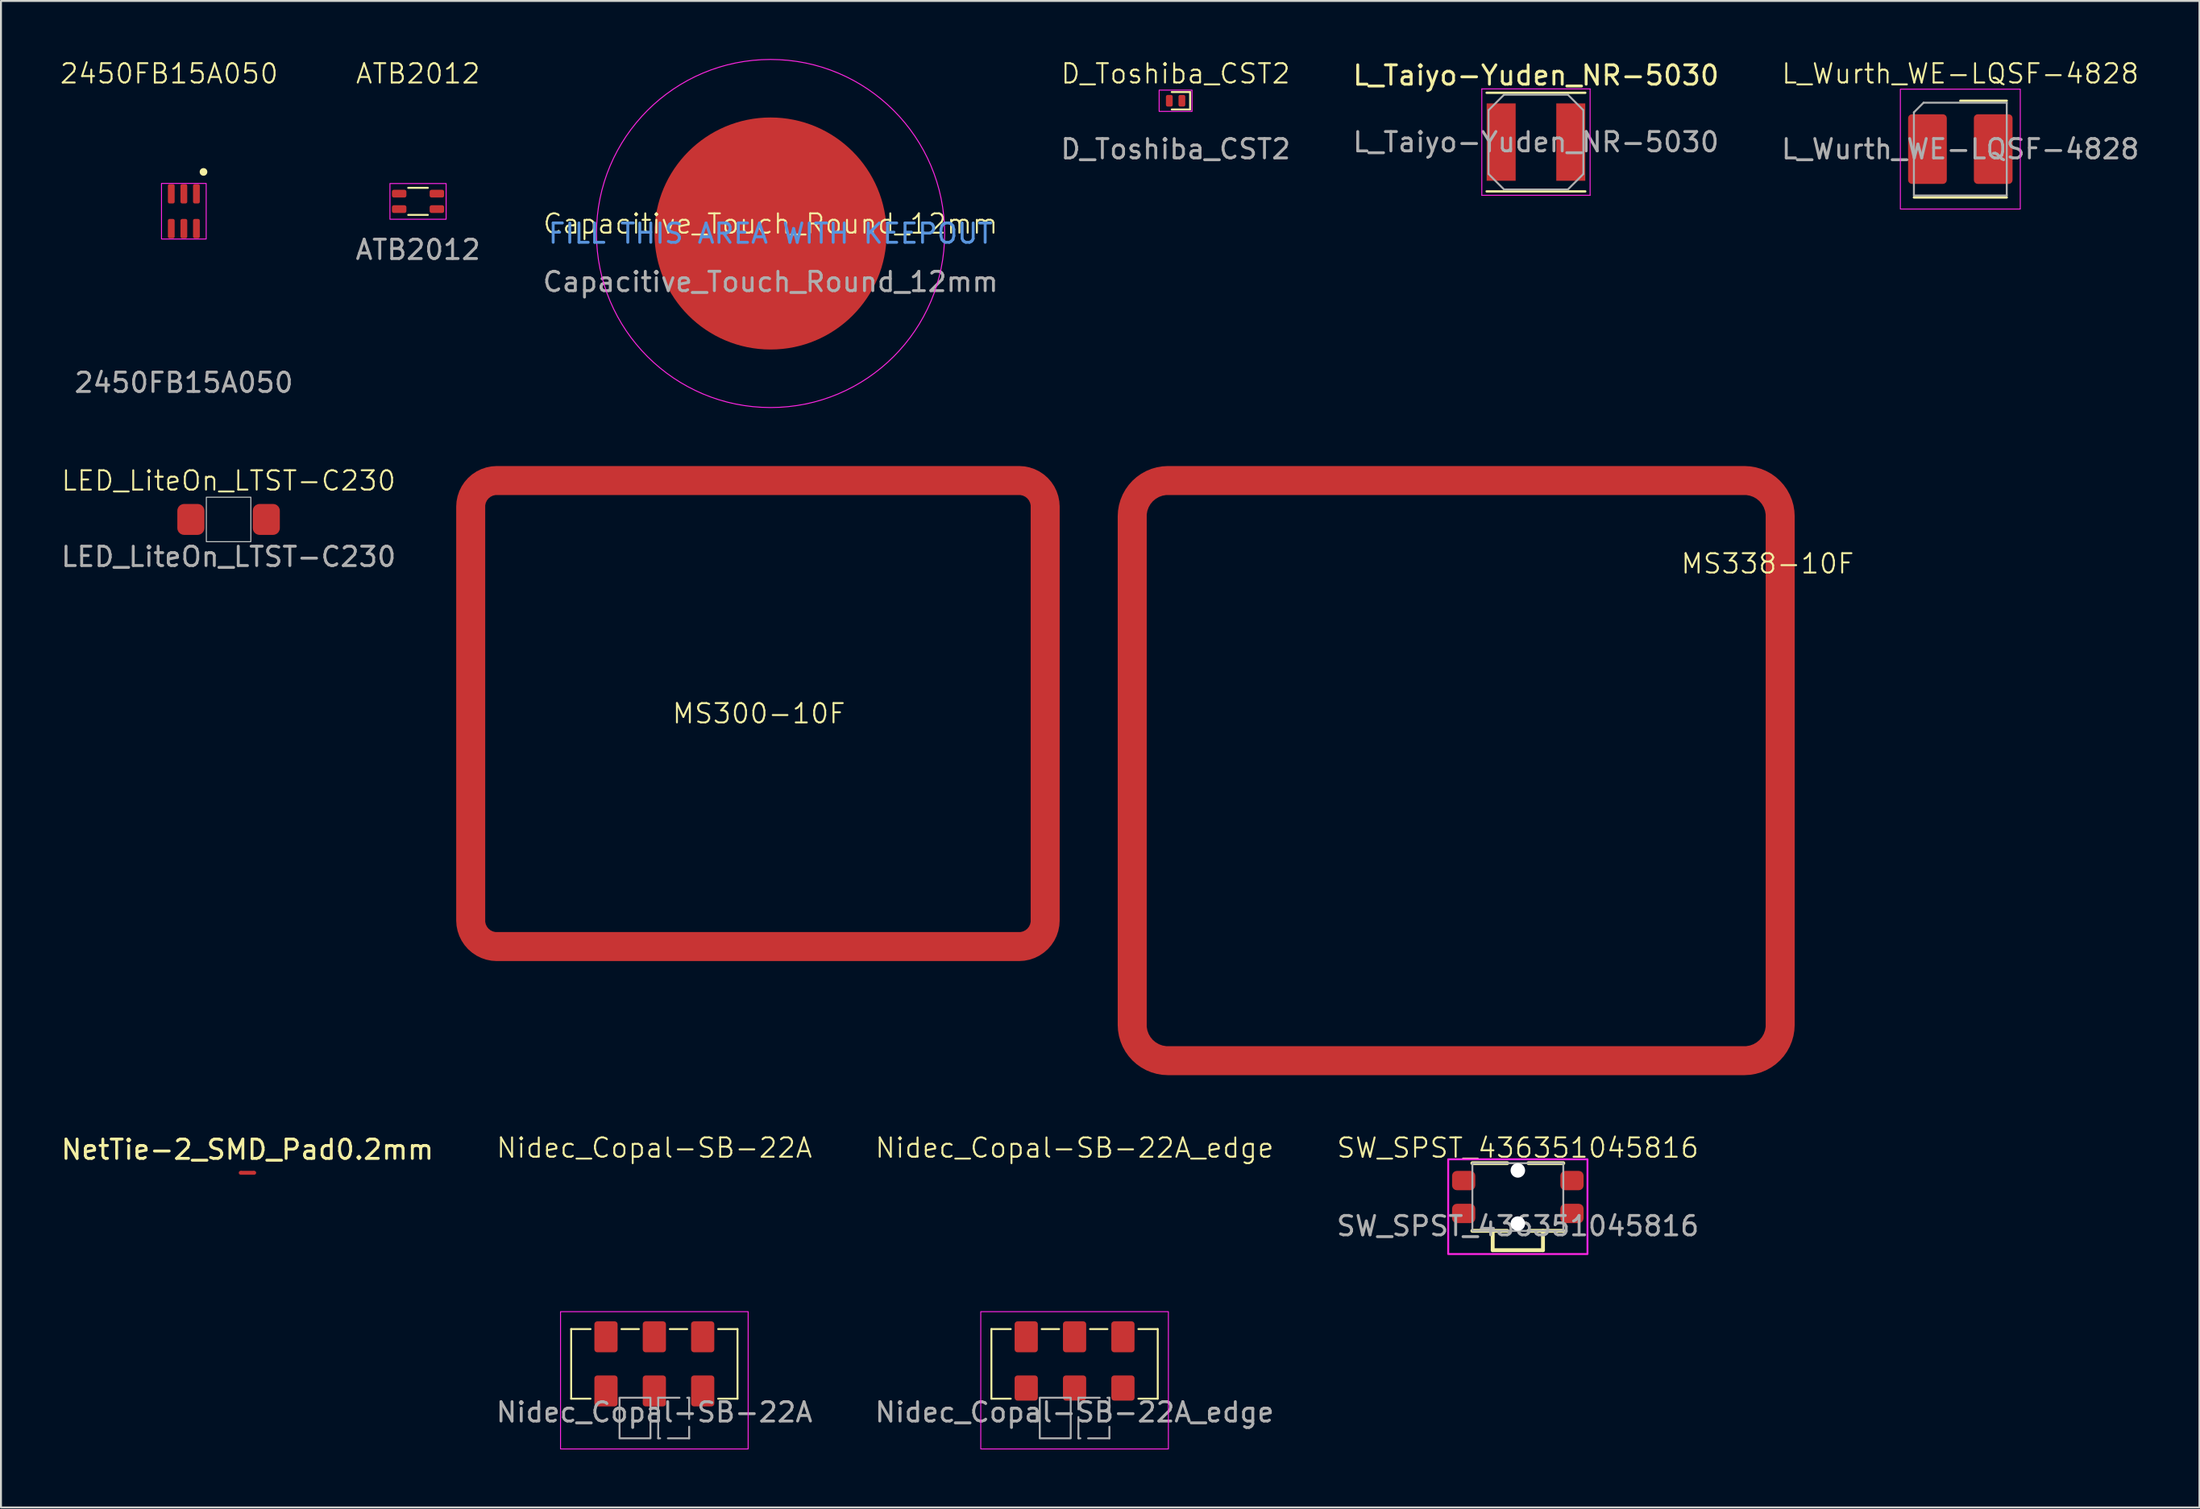
<source format=kicad_pcb>
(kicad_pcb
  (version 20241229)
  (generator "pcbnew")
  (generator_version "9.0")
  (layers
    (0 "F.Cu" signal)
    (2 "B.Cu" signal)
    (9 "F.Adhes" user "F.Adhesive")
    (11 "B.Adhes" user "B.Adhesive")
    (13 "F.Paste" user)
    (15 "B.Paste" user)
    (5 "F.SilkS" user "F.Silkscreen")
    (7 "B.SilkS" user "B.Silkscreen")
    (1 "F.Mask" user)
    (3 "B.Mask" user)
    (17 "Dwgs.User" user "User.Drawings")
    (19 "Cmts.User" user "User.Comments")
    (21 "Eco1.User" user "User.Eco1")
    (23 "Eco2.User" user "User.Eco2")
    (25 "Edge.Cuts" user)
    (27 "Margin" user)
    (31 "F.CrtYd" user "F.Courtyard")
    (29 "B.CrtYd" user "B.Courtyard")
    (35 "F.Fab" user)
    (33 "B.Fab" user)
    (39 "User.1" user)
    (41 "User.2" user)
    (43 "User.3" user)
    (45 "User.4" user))
  (footprint "Nidec_Copal-SB-22A_edge"
    (layer "F.Cu")
    (at 52.506 67.481)
    (property "Reference" "Nidec_Copal-SB-22A_edge" (at 0 -11.17 0) (unlocked yes) (layer "F.SilkS") (effects (font (size 1 1) (thickness 0.1))))
    (attr smd)
    (fp_line (start -4.3 -1.8) (end -4.3 1.8) (stroke (width 0.1) (type default)) (layer "F.SilkS"))
    (fp_line (start -4.3 1.8) (end -3.3 1.8) (stroke (width 0.1) (type default)) (layer "F.SilkS"))
    (fp_line (start -3.3 -1.8) (end -4.3 -1.8) (stroke (width 0.1) (type default)) (layer "F.SilkS"))
    (fp_line (start -0.8 -1.8) (end -1.7 -1.8) (stroke (width 0.1) (type default)) (layer "F.SilkS"))
    (fp_line (start 1.7 -1.8) (end 0.8 -1.8) (stroke (width 0.1) (type default)) (layer "F.SilkS"))
    (fp_line (start 3.3 1.8) (end 4.3 1.8) (stroke (width 0.1) (type default)) (layer "F.SilkS"))
    (fp_line (start 4.3 -1.8) (end 3.3 -1.8) (stroke (width 0.1) (type default)) (layer "F.SilkS"))
    (fp_line (start 4.3 1.8) (end 4.3 -1.8) (stroke (width 0.1) (type default)) (layer "F.SilkS"))
    (fp_rect (start -4.85 -2.7) (end 4.85 4.4) (stroke (width 0.05) (type default)) (fill no) (layer "F.CrtYd"))
    (fp_rect (start -1.8 1.75) (end -0.2 3.85) (stroke (width 0.1) (type default)) (fill no) (layer "F.Fab"))
    (fp_rect (start 0.2 1.75) (end 1.8 3.85) (stroke (width 0.1) (type dash)) (fill no) (layer "F.Fab"))
    (fp_text user "${REFERENCE}" (at 0 2.5 0) (unlocked yes) (layer "F.Fab") (effects (font (size 1 1) (thickness 0.15))))
    (pad "1" smd roundrect (at -2.5 1.25) (size 1.2 1.3) (layers "F.Cu" "F.Mask" "F.Paste") (roundrect_rratio 0.125))
    (pad "2" smd roundrect (at 0 1.25) (size 1.2 1.3) (layers "F.Cu" "F.Mask" "F.Paste") (roundrect_rratio 0.125))
    (pad "3" smd roundrect (at 2.5 1.25) (size 1.2 1.3) (layers "F.Cu" "F.Mask" "F.Paste") (roundrect_rratio 0.125))
    (pad "4" smd roundrect (at -2.5 -1.4) (size 1.2 1.6) (layers "F.Cu" "F.Mask" "F.Paste") (roundrect_rratio 0.125))
    (pad "5" smd roundrect (at 0 -1.4) (size 1.2 1.6) (layers "F.Cu" "F.Mask" "F.Paste") (roundrect_rratio 0.125))
    (pad "6" smd roundrect (at 2.5 -1.4) (size 1.2 1.6) (layers "F.Cu" "F.Mask" "F.Paste") (roundrect_rratio 0.125)))
  (footprint "D_Toshiba_CST2"
    (layer "F.Cu")
    (at 57.729 2.16)
    (property "Reference" "D_Toshiba_CST2" (at 0 -1.4 0) (unlocked yes) (layer "F.SilkS") (effects (font (size 1 1) (thickness 0.1))))
    (attr smd)
    (fp_line (start -0.2 -0.45) (end 0.75 -0.45) (stroke (width 0.1) (type default)) (layer "F.SilkS"))
    (fp_line (start 0.75 -0.45) (end 0.75 0.45) (stroke (width 0.1) (type default)) (layer "F.SilkS"))
    (fp_line (start 0.75 0.45) (end -0.2 0.45) (stroke (width 0.1) (type default)) (layer "F.SilkS"))
    (fp_rect (start -0.85 -0.55) (end 0.85 0.55) (stroke (width 0.05) (type default)) (fill no) (layer "F.CrtYd"))
    (fp_text user "${REFERENCE}" (at 0 2.5 0) (unlocked yes) (layer "F.Fab") (effects (font (size 1 1) (thickness 0.15))))
    (pad "1" smd roundrect (at 0.325 0) (size 0.35 0.6) (layers "F.Cu" "F.Mask" "F.Paste") (roundrect_rratio 0.25))
    (pad "2" smd roundrect (at -0.325 0) (size 0.35 0.6) (layers "F.Cu" "F.Mask" "F.Paste") (roundrect_rratio 0.25)))
  (footprint "SW_SPST_436351045816"
    (layer "F.Cu")
    (at 75.423 58.851)
    (property "Reference" "SW_SPST_436351045816" (at 0 -2.54 0) (unlocked yes) (layer "F.SilkS") (effects (font (size 1 1) (thickness 0.1))))
    (attr smd)
    (fp_line (start -2.35 -1.75) (end -0.55 -1.75) (stroke (width 0.2) (type default)) (layer "F.SilkS"))
    (fp_line (start -2.35 1.75) (end -0.55 1.75) (stroke (width 0.2) (type default)) (layer "F.SilkS"))
    (fp_line (start -1.3 2.75) (end -1.3 1.75) (stroke (width 0.2) (type default)) (layer "F.SilkS"))
    (fp_line (start -1.3 2.75) (end 1.3 2.75) (stroke (width 0.2) (type default)) (layer "F.SilkS"))
    (fp_line (start 0.55 -1.75) (end 2.35 -1.75) (stroke (width 0.2) (type default)) (layer "F.SilkS"))
    (fp_line (start 0.55 1.75) (end 2.35 1.75) (stroke (width 0.2) (type default)) (layer "F.SilkS"))
    (fp_line (start 1.3 1.75) (end 1.3 2.75) (stroke (width 0.2) (type default)) (layer "F.SilkS"))
    (fp_rect (start -3.6 -1.95) (end 3.6 2.95) (stroke (width 0.1) (type default)) (fill no) (layer "F.CrtYd"))
    (fp_rect (start -2.35 1.75) (end 2.35 -1.75) (stroke (width 0.1) (type default)) (fill no) (layer "F.Fab"))
    (fp_text user "${REFERENCE}" (at 0 1.5 0) (unlocked yes) (layer "F.Fab") (effects (font (size 1 1) (thickness 0.15))))
    (pad "" np_thru_hole circle (at 0 -1.375) (size 0.75 0.75) (drill 0.75) (layers "*.Cu" "*.Mask"))
    (pad "" np_thru_hole circle (at 0 1.375) (size 0.75 0.75) (drill 0.75) (layers "*.Cu" "*.Mask"))
    (pad "1" smd roundrect (at -2.8 -0.85) (size 1.2 1) (layers "F.Cu" "F.Mask" "F.Paste") (roundrect_rratio 0.25))
    (pad "1" smd roundrect (at 2.8 -0.85) (size 1.2 1) (layers "F.Cu" "F.Mask" "F.Paste") (roundrect_rratio 0.25))
    (pad "2" smd roundrect (at -2.8 0.85) (size 1.2 1) (layers "F.Cu" "F.Mask" "F.Paste") (roundrect_rratio 0.25))
    (pad "2" smd roundrect (at 2.8 0.85) (size 1.2 1) (layers "F.Cu" "F.Mask" "F.Paste") (roundrect_rratio 0.25)))
  (footprint "MS300-10F"
    (layer "F.Cu")
    (at 36.136 33.85)
    (property "Reference" "MS300-10F" (at 0.05 0 0) (unlocked yes) (layer "F.SilkS") (effects (font (size 1 1) (thickness 0.1))))
    (attr smd)
    (pad "1" smd custom (at -14.85 0) (size 1.5 1.5) (layers "F.Cu" "F.Mask" "F.Paste") (options (anchor rect)) (primitives (gr_arc (start 28.35 -12.05) (mid 29.304594 -11.654594) (end 29.7 -10.7) (width 1.5)) (gr_line (start 29.7 -10.7) (end 29.7 10.7) (width 1.5)) (gr_line (start 1.35 12.05) (end 28.35 12.05) (width 1.5)) (gr_line (start 1.35 -12.05) (end 28.35 -12.05) (width 1.5)) (gr_line (start 0 -10.7) (end 0 10.7) (width 1.5)) (gr_arc (start 0 -10.7) (mid 0.395407 -11.654595) (end 1.350003 -12.05) (width 1.5)) (gr_arc (start 1.35 12.05) (mid 0.395406 11.654594) (end 0 10.7) (width 1.5)) (gr_arc (start 29.7 10.7) (mid 29.304594 11.654594) (end 28.35 12.05) (width 1.5)))))
  (footprint "L_Taiyo-Yuden_NR-5030"
    (layer "F.Cu")
    (at 76.36 4.298)
    (property "Reference" "L_Taiyo-Yuden_NR-5030" (at 0 -3.45 0) (layer "F.SilkS") (effects (font (size 1 1) (thickness 0.15))))
    (attr smd)
    (fp_line (start -2.55 -2.55) (end 2.55 -2.55) (stroke (width 0.12) (type solid)) (layer "F.SilkS"))
    (fp_line (start -2.55 2.55) (end 2.55 2.55) (stroke (width 0.12) (type solid)) (layer "F.SilkS"))
    (fp_line (start -2.8 -2.75) (end -2.8 2.75) (stroke (width 0.05) (type solid)) (layer "F.CrtYd"))
    (fp_line (start -2.8 2.75) (end 2.8 2.75) (stroke (width 0.05) (type solid)) (layer "F.CrtYd"))
    (fp_line (start 2.8 -2.75) (end -2.8 -2.75) (stroke (width 0.05) (type solid)) (layer "F.CrtYd"))
    (fp_line (start 2.8 2.75) (end 2.8 -2.75) (stroke (width 0.05) (type solid)) (layer "F.CrtYd"))
    (fp_line (start -2.45 -1.65) (end -1.65 -2.45) (stroke (width 0.1) (type solid)) (layer "F.Fab"))
    (fp_line (start -2.45 1.65) (end -2.45 -1.65) (stroke (width 0.1) (type solid)) (layer "F.Fab"))
    (fp_line (start -2.45 1.65) (end -1.65 2.45) (stroke (width 0.1) (type solid)) (layer "F.Fab"))
    (fp_line (start -1.65 -2.45) (end 1.65 -2.45) (stroke (width 0.1) (type solid)) (layer "F.Fab"))
    (fp_line (start -1.65 2.45) (end 1.65 2.45) (stroke (width 0.1) (type solid)) (layer "F.Fab"))
    (fp_line (start 2.45 -1.65) (end 1.65 -2.45) (stroke (width 0.1) (type solid)) (layer "F.Fab"))
    (fp_line (start 2.45 -1.65) (end 2.45 1.65) (stroke (width 0.1) (type solid)) (layer "F.Fab"))
    (fp_line (start 2.45 1.65) (end 1.65 2.45) (stroke (width 0.1) (type solid)) (layer "F.Fab"))
    (fp_text user "${REFERENCE}" (at 0 0 0) (layer "F.Fab") (effects (font (size 1 1) (thickness 0.15))))
    (pad "1" smd rect (at -1.8 0) (size 1.5 4) (layers "F.Cu" "F.Mask" "F.Paste"))
    (pad "2" smd rect (at 1.8 0) (size 1.5 4) (layers "F.Cu" "F.Mask" "F.Paste")))
  (footprint "Capacitive_Touch_Round_12mm"
    (layer "F.Cu")
    (at 36.788 9.025)
    (property "Reference" "Capacitive_Touch_Round_12mm" (at 0 -0.5 0) (unlocked yes) (layer "F.SilkS") (effects (font (size 1 1) (thickness 0.1))))
    (attr smd)
    (fp_circle (center 0 0) (end 9 0) (stroke (width 0.05) (type default)) (fill no) (layer "F.CrtYd"))
    (fp_text user "FILL THIS AREA WITH KEEPOUT" (at 0 0 0) (unlocked yes) (layer "Cmts.User") (effects (font (size 1 1) (thickness 0.15))))
    (fp_text user "${REFERENCE}" (at 0 2.5 0) (unlocked yes) (layer "F.Fab") (effects (font (size 1 1) (thickness 0.15))))
    (pad "1" smd circle (at 0 0) (size 12 12) (layers "F.Cu")))
  (footprint "NetTie-2_SMD_Pad0.2mm"
    (layer "F.Cu")
    (at 9.744 57.598)
    (property "Reference" "NetTie-2_SMD_Pad0.2mm" (at 0 -1.2 0) (layer "F.SilkS") (effects (font (size 1 1) (thickness 0.15))))
    (attr exclude_from_pos_files exclude_from_bom allow_missing_courtyard)
    (fp_poly (pts (xy -0.35 -0.1) (xy 0.35 -0.1) (xy 0.35 0.1) (xy -0.35 0.1)) (stroke (width 0) (type solid)) (fill yes) (layer "F.Cu"))
    (pad "1" smd circle (at -0.35 0) (size 0.2 0.2) (layers "F.Cu"))
    (pad "2" smd circle (at 0.35 0) (size 0.2 0.2) (layers "F.Cu")))
  (footprint "ATB2012"
    (layer "F.Cu")
    (at 18.562 7.364)
    (property "Reference" "ATB2012" (at 0 -6.604 0) (unlocked yes) (layer "F.SilkS") (effects (font (size 1 1) (thickness 0.1))))
    (attr smd)
    (fp_line (start -0.508 -0.7) (end 0.508 -0.7) (stroke (width 0.1) (type default)) (layer "F.SilkS"))
    (fp_line (start -0.508 0.7) (end 0.508 0.7) (stroke (width 0.1) (type default)) (layer "F.SilkS"))
    (fp_rect (start -1.452 -0.924) (end 1.452 0.924) (stroke (width 0.05) (type default)) (fill no) (layer "F.CrtYd"))
    (fp_text user "${REFERENCE}" (at 0 2.5 0) (unlocked yes) (layer "F.Fab") (effects (font (size 1 1) (thickness 0.15))))
    (pad "1" smd roundrect (at -0.975 -0.4) (size 0.75 0.4) (layers "F.Cu" "F.Mask" "F.Paste") (roundrect_rratio 0.25))
    (pad "2" smd roundrect (at -0.975 0.4) (size 0.75 0.4) (layers "F.Cu" "F.Mask" "F.Paste") (roundrect_rratio 0.25))
    (pad "3" smd roundrect (at 0.975 0.4) (size 0.75 0.4) (layers "F.Cu" "F.Mask" "F.Paste") (roundrect_rratio 0.25))
    (pad "4" smd roundrect (at 0.975 -0.4) (size 0.75 0.4) (layers "F.Cu" "F.Mask" "F.Paste") (roundrect_rratio 0.25)))
  (footprint "2450FB15A050"
    (layer "F.Cu")
    (at 6.455 7.872)
    (property "Reference" "2450FB15A050" (at -0.762 -7.112 0) (unlocked yes) (layer "F.SilkS") (effects (font (size 1 1) (thickness 0.1))))
    (attr smd)
    (fp_circle (center 1.016 -2.032) (end 1.116 -2.032) (stroke (width 0.2) (type default)) (fill no) (layer "F.SilkS"))
    (fp_rect (start -1.155 -1.437) (end 1.155 1.437) (stroke (width 0.05) (type default)) (fill no) (layer "F.CrtYd"))
    (fp_text user "${REFERENCE}" (at 0 8.866 0) (unlocked yes) (layer "F.Fab") (effects (font (size 1 1) (thickness 0.15))))
    (pad "1" smd roundrect (at 0.65 -0.9) (size 0.35 1) (layers "F.Cu" "F.Mask" "F.Paste") (roundrect_rratio 0.25))
    (pad "2" smd roundrect (at 0 -0.9) (size 0.35 1) (layers "F.Cu" "F.Mask" "F.Paste") (roundrect_rratio 0.25))
    (pad "3" smd roundrect (at -0.65 -0.9) (size 0.35 1) (layers "F.Cu" "F.Mask" "F.Paste") (roundrect_rratio 0.25))
    (pad "4" smd roundrect (at -0.65 0.9) (size 0.35 1) (layers "F.Cu" "F.Mask" "F.Paste") (roundrect_rratio 0.25))
    (pad "5" smd roundrect (at 0 0.9) (size 0.35 1) (layers "F.Cu" "F.Mask" "F.Paste") (roundrect_rratio 0.25))
    (pad "6" smd roundrect (at 0.65 0.9) (size 0.35 1) (layers "F.Cu" "F.Mask" "F.Paste") (roundrect_rratio 0.25)))
  (footprint "L_Wurth_WE-LQSF-4828"
    (layer "F.Cu")
    (at 98.3 4.66)
    (property "Reference" "L_Wurth_WE-LQSF-4828" (at 0 -3.9 0) (unlocked yes) (layer "F.SilkS") (effects (font (size 1 1) (thickness 0.1))))
    (attr smd)
    (fp_line (start 0 -2.5) (end 2.4 -2.5) (stroke (width 0.12) (type default)) (layer "F.SilkS"))
    (fp_line (start 2.4 2.5) (end -2.4 2.5) (stroke (width 0.12) (type default)) (layer "F.SilkS"))
    (fp_rect (start -3.1 -3.1) (end 3.1 3.1) (stroke (width 0.05) (type default)) (fill no) (layer "F.CrtYd"))
    (fp_line (start -2.4 -1.9) (end -2.4 2.4) (stroke (width 0.1) (type default)) (layer "F.Fab"))
    (fp_line (start -2.4 2.4) (end 2.4 2.4) (stroke (width 0.1) (type default)) (layer "F.Fab"))
    (fp_line (start -1.9 -2.4) (end -2.4 -1.9) (stroke (width 0.1) (type default)) (layer "F.Fab"))
    (fp_line (start 2.4 -2.4) (end -1.9 -2.4) (stroke (width 0.1) (type default)) (layer "F.Fab"))
    (fp_line (start 2.4 2.4) (end 2.4 -2.4) (stroke (width 0.1) (type default)) (layer "F.Fab"))
    (fp_text user "${REFERENCE}" (at 0 0 0) (unlocked yes) (layer "F.Fab") (effects (font (size 1 1) (thickness 0.15))))
    (pad "1" smd roundrect (at -1.7 0) (size 2 3.6) (layers "F.Cu" "F.Mask" "F.Paste") (roundrect_rratio 0.1))
    (pad "2" smd roundrect (at 1.7 0) (size 2 3.6) (layers "F.Cu" "F.Mask" "F.Paste") (roundrect_rratio 0.1)))
  (footprint "Nidec_Copal-SB-22A"
    (layer "F.Cu")
    (at 30.78 67.481)
    (property "Reference" "Nidec_Copal-SB-22A" (at 0 -11.17 0) (unlocked yes) (layer "F.SilkS") (effects (font (size 1 1) (thickness 0.1))))
    (attr smd)
    (fp_line (start -4.3 -1.8) (end -4.3 1.8) (stroke (width 0.1) (type default)) (layer "F.SilkS"))
    (fp_line (start -4.3 1.8) (end -3.3 1.8) (stroke (width 0.1) (type default)) (layer "F.SilkS"))
    (fp_line (start -3.3 -1.8) (end -4.3 -1.8) (stroke (width 0.1) (type default)) (layer "F.SilkS"))
    (fp_line (start -0.8 -1.8) (end -1.7 -1.8) (stroke (width 0.1) (type default)) (layer "F.SilkS"))
    (fp_line (start 1.7 -1.8) (end 0.8 -1.8) (stroke (width 0.1) (type default)) (layer "F.SilkS"))
    (fp_line (start 3.3 1.8) (end 4.3 1.8) (stroke (width 0.1) (type default)) (layer "F.SilkS"))
    (fp_line (start 4.3 -1.8) (end 3.3 -1.8) (stroke (width 0.1) (type default)) (layer "F.SilkS"))
    (fp_line (start 4.3 1.8) (end 4.3 -1.8) (stroke (width 0.1) (type default)) (layer "F.SilkS"))
    (fp_rect (start -4.85 -2.7) (end 4.85 4.4) (stroke (width 0.05) (type default)) (fill no) (layer "F.CrtYd"))
    (fp_rect (start -1.8 1.75) (end -0.2 3.85) (stroke (width 0.1) (type default)) (fill no) (layer "F.Fab"))
    (fp_rect (start 0.2 1.75) (end 1.8 3.85) (stroke (width 0.1) (type dash)) (fill no) (layer "F.Fab"))
    (fp_text user "${REFERENCE}" (at 0 2.5 0) (unlocked yes) (layer "F.Fab") (effects (font (size 1 1) (thickness 0.15))))
    (pad "1" smd roundrect (at -2.5 1.4) (size 1.2 1.6) (layers "F.Cu" "F.Mask" "F.Paste") (roundrect_rratio 0.125))
    (pad "2" smd roundrect (at 0 1.4) (size 1.2 1.6) (layers "F.Cu" "F.Mask" "F.Paste") (roundrect_rratio 0.125))
    (pad "3" smd roundrect (at 2.5 1.4) (size 1.2 1.6) (layers "F.Cu" "F.Mask" "F.Paste") (roundrect_rratio 0.125))
    (pad "4" smd roundrect (at -2.5 -1.4) (size 1.2 1.6) (layers "F.Cu" "F.Mask" "F.Paste") (roundrect_rratio 0.125))
    (pad "5" smd roundrect (at 0 -1.4) (size 1.2 1.6) (layers "F.Cu" "F.Mask" "F.Paste") (roundrect_rratio 0.125))
    (pad "6" smd roundrect (at 2.5 -1.4) (size 1.2 1.6) (layers "F.Cu" "F.Mask" "F.Paste") (roundrect_rratio 0.125)))
  (footprint "LED_LiteOn_LTST-C230"
    (layer "F.Cu")
    (at 8.768 23.811)
    (property "Reference" "LED_LiteOn_LTST-C230" (at 0 -2 0) (unlocked yes) (layer "F.SilkS") (effects (font (size 1 1) (thickness 0.1))))
    (attr smd)
    (fp_rect (start -1.15 -1.15) (end 1.15 1.15) (stroke (width 0.05) (type default)) (fill no) (layer "Edge.Cuts"))
    (fp_text user "${REFERENCE}" (at 0 1.93 0) (unlocked yes) (layer "F.Fab") (effects (font (size 1 1) (thickness 0.15))))
    (pad "1" smd roundrect (at 1.95 0) (size 1.4 1.6) (layers "F.Cu" "F.Mask" "F.Paste") (roundrect_rratio 0.25))
    (pad "2" smd roundrect (at -1.95 0) (size 1.4 1.6) (layers "F.Cu" "F.Mask" "F.Paste") (roundrect_rratio 0.25)))
  (footprint "MS338-10F"
    (layer "F.Cu")
    (at 72.236 36.8)
    (property "Reference" "MS338-10F" (at 16.1 -10.7 0) (unlocked yes) (layer "F.SilkS") (effects (font (size 1 1) (thickness 0.1))))
    (attr smd)
    (pad "1" smd custom (at -16.75 0) (size 1.5 1.5) (layers "F.Cu" "F.Mask" "F.Paste") (options (anchor rect)) (primitives (gr_arc (start 31.65 -15) (mid 32.958148 -14.458148) (end 33.5 -13.15) (width 1.5)) (gr_line (start 33.5 -13.15) (end 33.5 13.15) (width 1.5)) (gr_line (start 1.85 15) (end 31.65 15) (width 1.5)) (gr_line (start 1.85 -15) (end 31.65 -15) (width 1.5)) (gr_line (start 0 -13.15) (end 0 13.15) (width 1.5)) (gr_arc (start 0 -13.15) (mid 0.541852 -14.458148) (end 1.85 -15) (width 1.5)) (gr_arc (start 1.85 15) (mid 0.541852 14.458148) (end 0 13.15) (width 1.5)) (gr_arc (start 33.5 13.15) (mid 32.958148 14.458148) (end 31.65 15) (width 1.5)))))
  (gr_rect
    (start -3 -3)
    (end 110.663 74.906)
    (stroke (width 0.1) (type default))
    (fill no)
    (layer "Edge.Cuts")))
</source>
